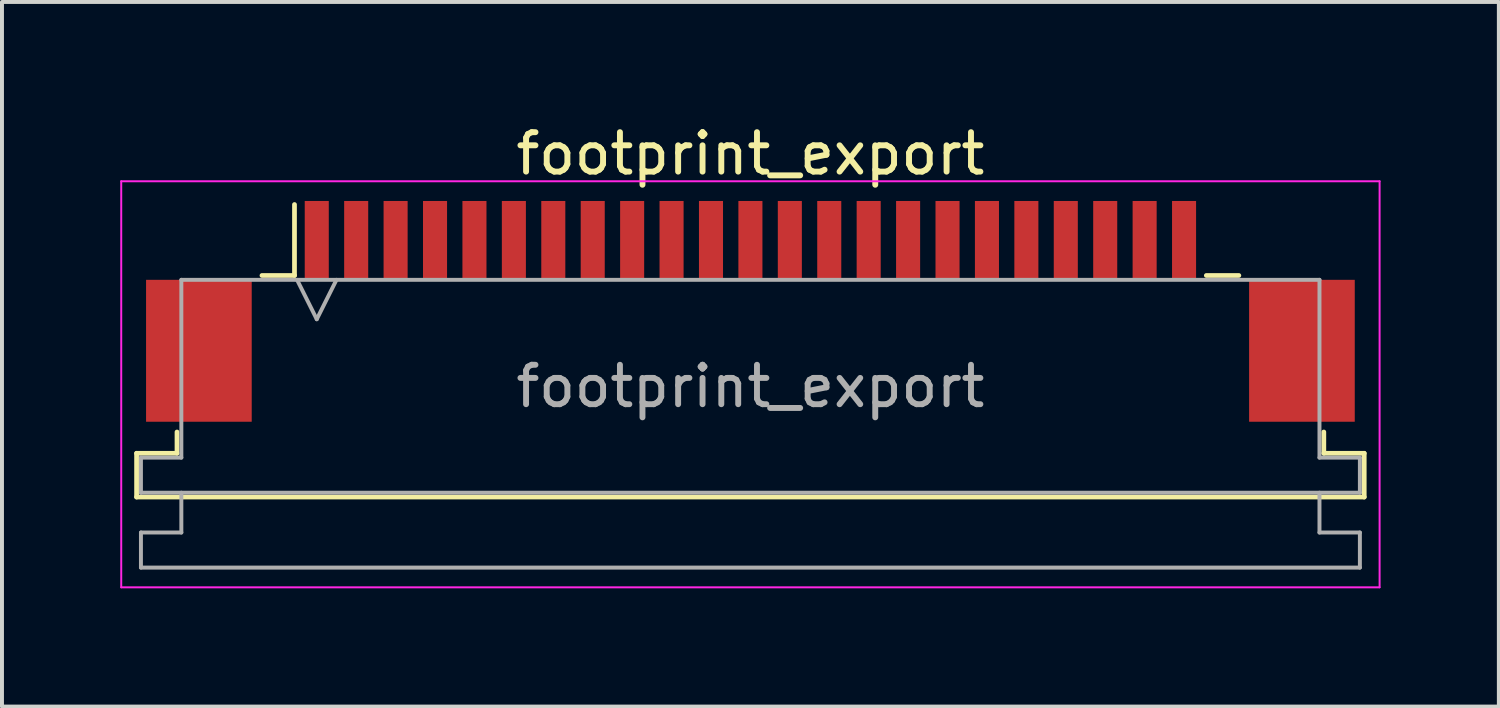
<source format=kicad_pcb>
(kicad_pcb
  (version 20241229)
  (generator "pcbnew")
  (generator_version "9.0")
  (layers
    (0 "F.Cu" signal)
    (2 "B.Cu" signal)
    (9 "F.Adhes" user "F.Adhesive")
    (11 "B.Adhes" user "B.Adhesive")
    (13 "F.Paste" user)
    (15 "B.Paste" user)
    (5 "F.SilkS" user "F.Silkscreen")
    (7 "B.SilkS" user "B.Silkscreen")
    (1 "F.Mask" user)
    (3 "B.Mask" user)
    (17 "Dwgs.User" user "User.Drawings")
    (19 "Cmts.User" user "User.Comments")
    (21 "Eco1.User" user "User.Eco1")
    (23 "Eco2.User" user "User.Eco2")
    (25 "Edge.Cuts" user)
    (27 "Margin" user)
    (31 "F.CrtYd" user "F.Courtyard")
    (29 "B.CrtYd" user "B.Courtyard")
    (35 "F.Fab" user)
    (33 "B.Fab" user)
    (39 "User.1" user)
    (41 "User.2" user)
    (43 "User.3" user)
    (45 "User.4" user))
  (footprint "footprint_export"
    (layer "F.Cu")
    (at 15.985 4.848)
    (property "Reference" "footprint_export" (at 0 -4 0) (layer "F.SilkS") (effects (font (size 1 1) (thickness 0.15))))
    (attr smd)
    (fp_line (start -15.57 3.6) (end -14.545 3.6) (stroke (width 0.12) (type solid)) (layer "F.SilkS"))
    (fp_line (start -15.57 4.71) (end -15.57 3.6) (stroke (width 0.12) (type solid)) (layer "F.SilkS"))
    (fp_line (start -14.545 3.6) (end -14.545 3.06) (stroke (width 0.12) (type solid)) (layer "F.SilkS"))
    (fp_line (start -12.39 -0.91) (end -11.565 -0.91) (stroke (width 0.12) (type solid)) (layer "F.SilkS"))
    (fp_line (start -11.565 -0.91) (end -11.565 -2.71) (stroke (width 0.12) (type solid)) (layer "F.SilkS"))
    (fp_line (start 11.565 -0.91) (end 12.39 -0.91) (stroke (width 0.12) (type solid)) (layer "F.SilkS"))
    (fp_line (start 14.545 3.06) (end 14.545 3.6) (stroke (width 0.12) (type solid)) (layer "F.SilkS"))
    (fp_line (start 14.545 3.6) (end 15.57 3.6) (stroke (width 0.12) (type solid)) (layer "F.SilkS"))
    (fp_line (start 15.57 3.6) (end 15.57 4.71) (stroke (width 0.12) (type solid)) (layer "F.SilkS"))
    (fp_line (start 15.57 4.71) (end -15.57 4.71) (stroke (width 0.12) (type solid)) (layer "F.SilkS"))
    (fp_line (start -15.96 -3.3) (end -15.96 7) (stroke (width 0.05) (type solid)) (layer "F.CrtYd"))
    (fp_line (start -15.96 7) (end 15.96 7) (stroke (width 0.05) (type solid)) (layer "F.CrtYd"))
    (fp_line (start 15.96 -3.3) (end -15.96 -3.3) (stroke (width 0.05) (type solid)) (layer "F.CrtYd"))
    (fp_line (start 15.96 7) (end 15.96 -3.3) (stroke (width 0.05) (type solid)) (layer "F.CrtYd"))
    (fp_line (start -15.46 3.71) (end -14.435 3.71) (stroke (width 0.1) (type solid)) (layer "F.Fab"))
    (fp_line (start -15.46 4.6) (end -15.46 3.71) (stroke (width 0.1) (type solid)) (layer "F.Fab"))
    (fp_line (start -15.46 5.61) (end -14.435 5.61) (stroke (width 0.1) (type solid)) (layer "F.Fab"))
    (fp_line (start -15.46 6.5) (end -15.46 5.61) (stroke (width 0.1) (type solid)) (layer "F.Fab"))
    (fp_line (start -14.435 -0.8) (end 14.435 -0.8) (stroke (width 0.1) (type solid)) (layer "F.Fab"))
    (fp_line (start -14.435 3.71) (end -14.435 -0.8) (stroke (width 0.1) (type solid)) (layer "F.Fab"))
    (fp_line (start -14.435 5.61) (end -14.435 4.6) (stroke (width 0.1) (type solid)) (layer "F.Fab"))
    (fp_line (start -11.5 -0.8) (end -11 0.2) (stroke (width 0.1) (type solid)) (layer "F.Fab"))
    (fp_line (start -11 0.2) (end -10.5 -0.8) (stroke (width 0.1) (type solid)) (layer "F.Fab"))
    (fp_line (start 14.435 -0.8) (end 14.435 3.71) (stroke (width 0.1) (type solid)) (layer "F.Fab"))
    (fp_line (start 14.435 3.71) (end 15.46 3.71) (stroke (width 0.1) (type solid)) (layer "F.Fab"))
    (fp_line (start 14.435 4.6) (end 14.435 5.61) (stroke (width 0.1) (type solid)) (layer "F.Fab"))
    (fp_line (start 14.435 5.61) (end 15.46 5.61) (stroke (width 0.1) (type solid)) (layer "F.Fab"))
    (fp_line (start 15.46 3.71) (end 15.46 4.6) (stroke (width 0.1) (type solid)) (layer "F.Fab"))
    (fp_line (start 15.46 4.6) (end -15.46 4.6) (stroke (width 0.1) (type solid)) (layer "F.Fab"))
    (fp_line (start 15.46 5.61) (end 15.46 6.5) (stroke (width 0.1) (type solid)) (layer "F.Fab"))
    (fp_line (start 15.46 6.5) (end -15.46 6.5) (stroke (width 0.1) (type solid)) (layer "F.Fab"))
    (fp_text user "${REFERENCE}" (at 0 1.9 0) (layer "F.Fab") (effects (font (size 1 1) (thickness 0.15))))
    (pad "1" smd rect (at -11 -1.8) (size 0.61 2) (layers "F.Cu" "F.Mask" "F.Paste"))
    (pad "2" smd rect (at -10 -1.8) (size 0.61 2) (layers "F.Cu" "F.Mask" "F.Paste"))
    (pad "3" smd rect (at -9 -1.8) (size 0.61 2) (layers "F.Cu" "F.Mask" "F.Paste"))
    (pad "4" smd rect (at -8 -1.8) (size 0.61 2) (layers "F.Cu" "F.Mask" "F.Paste"))
    (pad "5" smd rect (at -7 -1.8) (size 0.61 2) (layers "F.Cu" "F.Mask" "F.Paste"))
    (pad "6" smd rect (at -6 -1.8) (size 0.61 2) (layers "F.Cu" "F.Mask" "F.Paste"))
    (pad "7" smd rect (at -5 -1.8) (size 0.61 2) (layers "F.Cu" "F.Mask" "F.Paste"))
    (pad "8" smd rect (at -4 -1.8) (size 0.61 2) (layers "F.Cu" "F.Mask" "F.Paste"))
    (pad "9" smd rect (at -3 -1.8) (size 0.61 2) (layers "F.Cu" "F.Mask" "F.Paste"))
    (pad "10" smd rect (at -2 -1.8) (size 0.61 2) (layers "F.Cu" "F.Mask" "F.Paste"))
    (pad "11" smd rect (at -1 -1.8) (size 0.61 2) (layers "F.Cu" "F.Mask" "F.Paste"))
    (pad "12" smd rect (at 0 -1.8) (size 0.61 2) (layers "F.Cu" "F.Mask" "F.Paste"))
    (pad "13" smd rect (at 1 -1.8) (size 0.61 2) (layers "F.Cu" "F.Mask" "F.Paste"))
    (pad "14" smd rect (at 2 -1.8) (size 0.61 2) (layers "F.Cu" "F.Mask" "F.Paste"))
    (pad "15" smd rect (at 3 -1.8) (size 0.61 2) (layers "F.Cu" "F.Mask" "F.Paste"))
    (pad "16" smd rect (at 4 -1.8) (size 0.61 2) (layers "F.Cu" "F.Mask" "F.Paste"))
    (pad "17" smd rect (at 5 -1.8) (size 0.61 2) (layers "F.Cu" "F.Mask" "F.Paste"))
    (pad "18" smd rect (at 6 -1.8) (size 0.61 2) (layers "F.Cu" "F.Mask" "F.Paste"))
    (pad "19" smd rect (at 7 -1.8) (size 0.61 2) (layers "F.Cu" "F.Mask" "F.Paste"))
    (pad "20" smd rect (at 8 -1.8) (size 0.61 2) (layers "F.Cu" "F.Mask" "F.Paste"))
    (pad "21" smd rect (at 9 -1.8) (size 0.61 2) (layers "F.Cu" "F.Mask" "F.Paste"))
    (pad "22" smd rect (at 10 -1.8) (size 0.61 2) (layers "F.Cu" "F.Mask" "F.Paste"))
    (pad "23" smd rect (at 11 -1.8) (size 0.61 2) (layers "F.Cu" "F.Mask" "F.Paste"))
    (pad "MP" smd rect (at -13.99 1) (size 2.68 3.6) (layers "F.Cu" "F.Mask" "F.Paste"))
    (pad "MP" smd rect (at 13.99 1) (size 2.68 3.6) (layers "F.Cu" "F.Mask" "F.Paste")))
  (gr_rect
    (start -3 -3)
    (end 34.97 14.873)
    (stroke (width 0.1) (type default))
    (fill no)
    (layer "Edge.Cuts")))
</source>
